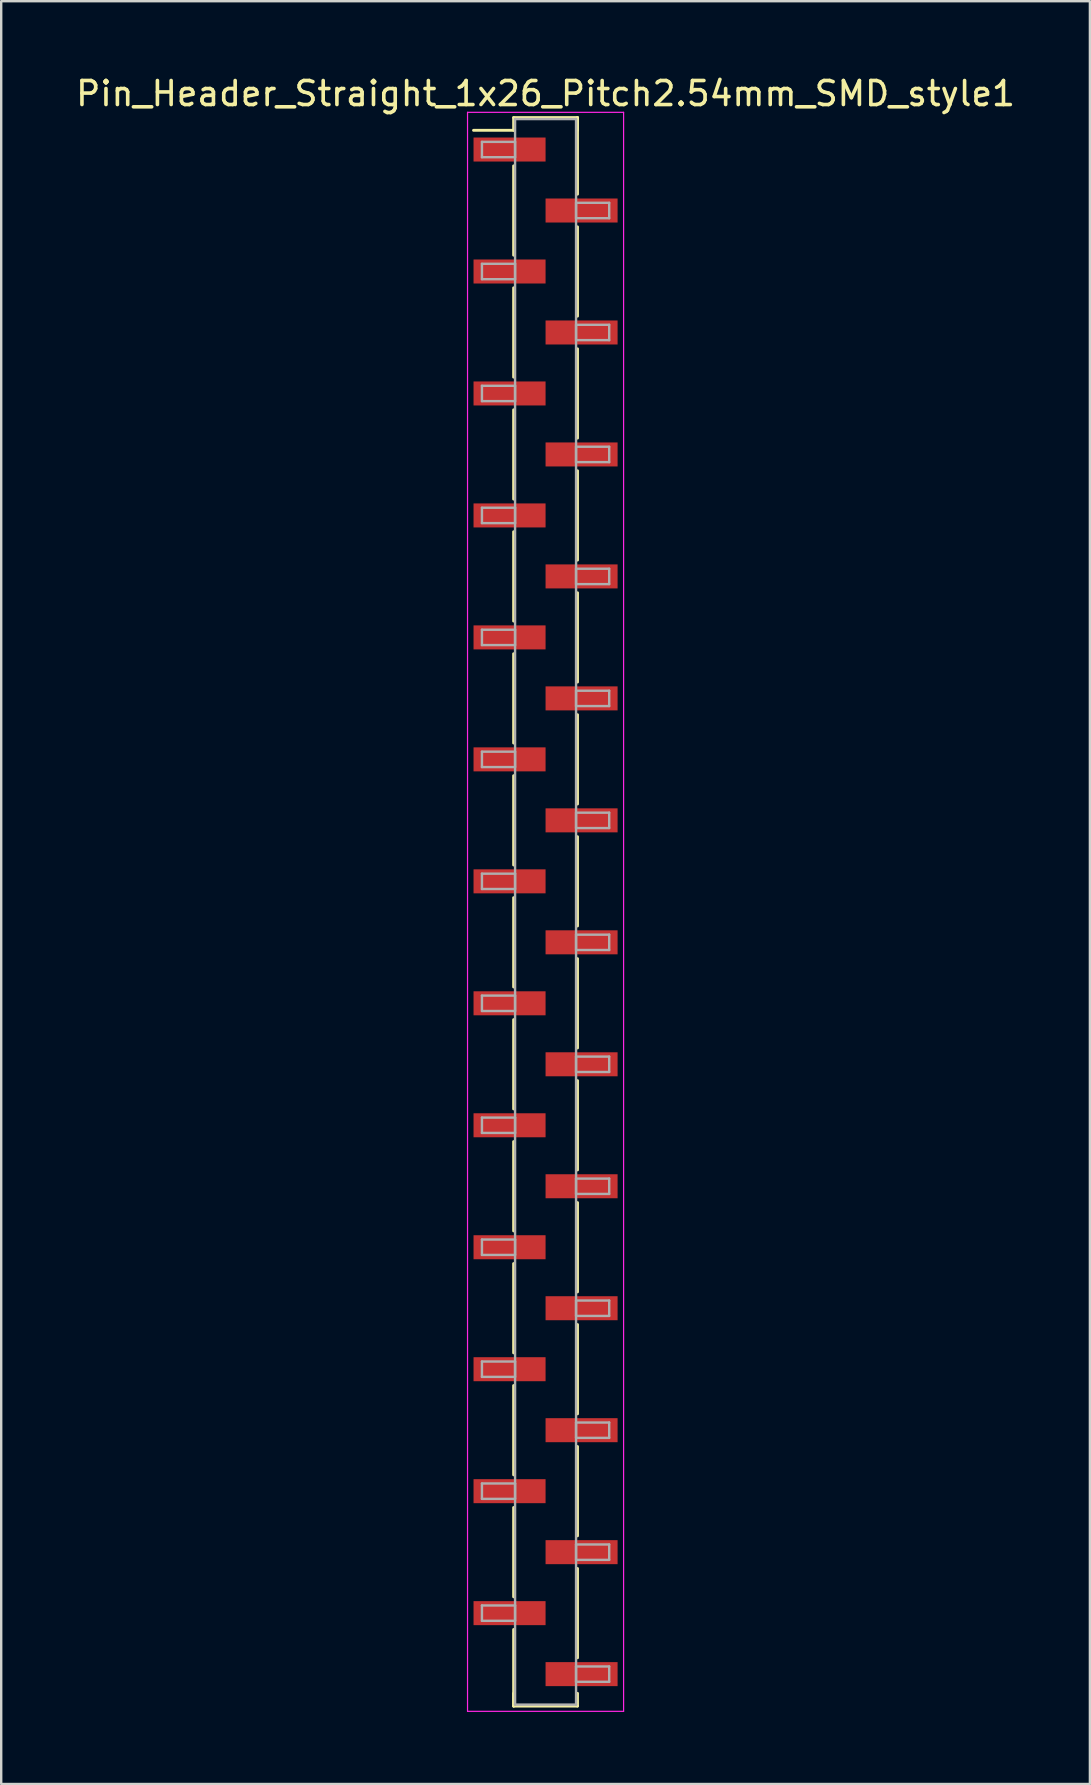
<source format=kicad_pcb>
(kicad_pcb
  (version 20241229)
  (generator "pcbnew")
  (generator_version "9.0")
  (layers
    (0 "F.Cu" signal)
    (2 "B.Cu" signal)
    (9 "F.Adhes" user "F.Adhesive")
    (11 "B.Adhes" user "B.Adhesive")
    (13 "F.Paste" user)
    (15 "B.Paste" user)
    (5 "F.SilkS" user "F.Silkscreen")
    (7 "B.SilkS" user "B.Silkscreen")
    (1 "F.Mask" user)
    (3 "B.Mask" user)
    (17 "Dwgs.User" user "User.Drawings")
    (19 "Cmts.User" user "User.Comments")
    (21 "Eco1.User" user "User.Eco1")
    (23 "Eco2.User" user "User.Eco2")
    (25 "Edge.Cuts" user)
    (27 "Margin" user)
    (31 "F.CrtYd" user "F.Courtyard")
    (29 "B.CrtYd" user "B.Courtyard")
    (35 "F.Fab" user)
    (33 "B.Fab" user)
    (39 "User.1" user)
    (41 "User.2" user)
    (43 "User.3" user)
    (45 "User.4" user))
  (footprint "Pin_Header_Straight_1x26_Pitch2.54mm_SMD_style1"
    (layer "F.Cu")
    (at 19.673 34.928)
    (property "Reference" "Pin_Header_Straight_1x26_Pitch2.54mm_SMD_style1" (at 0 -34.08 0) (layer "F.SilkS") (effects (font (size 1 1) (thickness 0.15))))
    (attr smd)
    (fp_line (start -1.33 -33.08) (end 1.33 -33.08) (stroke (width 0.12) (type solid)) (layer "F.SilkS"))
    (fp_line (start -1.33 -32.55) (end -3 -32.55) (stroke (width 0.12) (type solid)) (layer "F.SilkS"))
    (fp_line (start -1.33 -32.55) (end -1.33 -33.08) (stroke (width 0.12) (type solid)) (layer "F.SilkS"))
    (fp_line (start -1.33 -31.07) (end -1.33 -27.35) (stroke (width 0.12) (type solid)) (layer "F.SilkS"))
    (fp_line (start -1.33 -25.99) (end -1.33 -22.27) (stroke (width 0.12) (type solid)) (layer "F.SilkS"))
    (fp_line (start -1.33 -20.91) (end -1.33 -17.19) (stroke (width 0.12) (type solid)) (layer "F.SilkS"))
    (fp_line (start -1.33 -15.83) (end -1.33 -12.11) (stroke (width 0.12) (type solid)) (layer "F.SilkS"))
    (fp_line (start -1.33 -10.75) (end -1.33 -7.03) (stroke (width 0.12) (type solid)) (layer "F.SilkS"))
    (fp_line (start -1.33 -5.67) (end -1.33 -1.95) (stroke (width 0.12) (type solid)) (layer "F.SilkS"))
    (fp_line (start -1.33 -0.59) (end -1.33 3.13) (stroke (width 0.12) (type solid)) (layer "F.SilkS"))
    (fp_line (start -1.33 4.49) (end -1.33 8.21) (stroke (width 0.12) (type solid)) (layer "F.SilkS"))
    (fp_line (start -1.33 9.57) (end -1.33 13.29) (stroke (width 0.12) (type solid)) (layer "F.SilkS"))
    (fp_line (start -1.33 14.65) (end -1.33 18.37) (stroke (width 0.12) (type solid)) (layer "F.SilkS"))
    (fp_line (start -1.33 19.73) (end -1.33 23.45) (stroke (width 0.12) (type solid)) (layer "F.SilkS"))
    (fp_line (start -1.33 24.81) (end -1.33 28.53) (stroke (width 0.12) (type solid)) (layer "F.SilkS"))
    (fp_line (start -1.33 29.89) (end -1.33 33.08) (stroke (width 0.12) (type solid)) (layer "F.SilkS"))
    (fp_line (start -1.33 32.55) (end -1.33 33.08) (stroke (width 0.12) (type solid)) (layer "F.SilkS"))
    (fp_line (start -1.33 33.08) (end 1.33 33.08) (stroke (width 0.12) (type solid)) (layer "F.SilkS"))
    (fp_line (start 1.33 -33.08) (end 1.33 -32.55) (stroke (width 0.12) (type solid)) (layer "F.SilkS"))
    (fp_line (start 1.33 -33.08) (end 1.33 -29.89) (stroke (width 0.12) (type solid)) (layer "F.SilkS"))
    (fp_line (start 1.33 -28.53) (end 1.33 -24.81) (stroke (width 0.12) (type solid)) (layer "F.SilkS"))
    (fp_line (start 1.33 -23.45) (end 1.33 -19.73) (stroke (width 0.12) (type solid)) (layer "F.SilkS"))
    (fp_line (start 1.33 -18.37) (end 1.33 -14.65) (stroke (width 0.12) (type solid)) (layer "F.SilkS"))
    (fp_line (start 1.33 -13.29) (end 1.33 -9.57) (stroke (width 0.12) (type solid)) (layer "F.SilkS"))
    (fp_line (start 1.33 -8.21) (end 1.33 -4.49) (stroke (width 0.12) (type solid)) (layer "F.SilkS"))
    (fp_line (start 1.33 -3.13) (end 1.33 0.59) (stroke (width 0.12) (type solid)) (layer "F.SilkS"))
    (fp_line (start 1.33 1.95) (end 1.33 5.67) (stroke (width 0.12) (type solid)) (layer "F.SilkS"))
    (fp_line (start 1.33 7.03) (end 1.33 10.75) (stroke (width 0.12) (type solid)) (layer "F.SilkS"))
    (fp_line (start 1.33 12.11) (end 1.33 15.83) (stroke (width 0.12) (type solid)) (layer "F.SilkS"))
    (fp_line (start 1.33 17.19) (end 1.33 20.91) (stroke (width 0.12) (type solid)) (layer "F.SilkS"))
    (fp_line (start 1.33 22.27) (end 1.33 25.99) (stroke (width 0.12) (type solid)) (layer "F.SilkS"))
    (fp_line (start 1.33 27.35) (end 1.33 31.07) (stroke (width 0.12) (type solid)) (layer "F.SilkS"))
    (fp_line (start 1.33 33.08) (end 1.33 32.55) (stroke (width 0.12) (type solid)) (layer "F.SilkS"))
    (fp_line (start -3.25 -33.3) (end -3.25 33.3) (stroke (width 0.05) (type solid)) (layer "F.CrtYd"))
    (fp_line (start -3.25 33.3) (end 3.25 33.3) (stroke (width 0.05) (type solid)) (layer "F.CrtYd"))
    (fp_line (start 3.25 -33.3) (end -3.25 -33.3) (stroke (width 0.05) (type solid)) (layer "F.CrtYd"))
    (fp_line (start 3.25 33.3) (end 3.25 -33.3) (stroke (width 0.05) (type solid)) (layer "F.CrtYd"))
    (fp_line (start -2.65 -32.07) (end -1.27 -32.07) (stroke (width 0.1) (type solid)) (layer "F.Fab"))
    (fp_line (start -2.65 -31.43) (end -2.65 -32.07) (stroke (width 0.1) (type solid)) (layer "F.Fab"))
    (fp_line (start -2.65 -26.99) (end -1.27 -26.99) (stroke (width 0.1) (type solid)) (layer "F.Fab"))
    (fp_line (start -2.65 -26.35) (end -2.65 -26.99) (stroke (width 0.1) (type solid)) (layer "F.Fab"))
    (fp_line (start -2.65 -21.91) (end -1.27 -21.91) (stroke (width 0.1) (type solid)) (layer "F.Fab"))
    (fp_line (start -2.65 -21.27) (end -2.65 -21.91) (stroke (width 0.1) (type solid)) (layer "F.Fab"))
    (fp_line (start -2.65 -16.83) (end -1.27 -16.83) (stroke (width 0.1) (type solid)) (layer "F.Fab"))
    (fp_line (start -2.65 -16.19) (end -2.65 -16.83) (stroke (width 0.1) (type solid)) (layer "F.Fab"))
    (fp_line (start -2.65 -11.75) (end -1.27 -11.75) (stroke (width 0.1) (type solid)) (layer "F.Fab"))
    (fp_line (start -2.65 -11.11) (end -2.65 -11.75) (stroke (width 0.1) (type solid)) (layer "F.Fab"))
    (fp_line (start -2.65 -6.67) (end -1.27 -6.67) (stroke (width 0.1) (type solid)) (layer "F.Fab"))
    (fp_line (start -2.65 -6.03) (end -2.65 -6.67) (stroke (width 0.1) (type solid)) (layer "F.Fab"))
    (fp_line (start -2.65 -1.59) (end -1.27 -1.59) (stroke (width 0.1) (type solid)) (layer "F.Fab"))
    (fp_line (start -2.65 -0.95) (end -2.65 -1.59) (stroke (width 0.1) (type solid)) (layer "F.Fab"))
    (fp_line (start -2.65 3.49) (end -1.27 3.49) (stroke (width 0.1) (type solid)) (layer "F.Fab"))
    (fp_line (start -2.65 4.13) (end -2.65 3.49) (stroke (width 0.1) (type solid)) (layer "F.Fab"))
    (fp_line (start -2.65 8.57) (end -1.27 8.57) (stroke (width 0.1) (type solid)) (layer "F.Fab"))
    (fp_line (start -2.65 9.21) (end -2.65 8.57) (stroke (width 0.1) (type solid)) (layer "F.Fab"))
    (fp_line (start -2.65 13.65) (end -1.27 13.65) (stroke (width 0.1) (type solid)) (layer "F.Fab"))
    (fp_line (start -2.65 14.29) (end -2.65 13.65) (stroke (width 0.1) (type solid)) (layer "F.Fab"))
    (fp_line (start -2.65 18.73) (end -1.27 18.73) (stroke (width 0.1) (type solid)) (layer "F.Fab"))
    (fp_line (start -2.65 19.37) (end -2.65 18.73) (stroke (width 0.1) (type solid)) (layer "F.Fab"))
    (fp_line (start -2.65 23.81) (end -1.27 23.81) (stroke (width 0.1) (type solid)) (layer "F.Fab"))
    (fp_line (start -2.65 24.45) (end -2.65 23.81) (stroke (width 0.1) (type solid)) (layer "F.Fab"))
    (fp_line (start -2.65 28.89) (end -1.27 28.89) (stroke (width 0.1) (type solid)) (layer "F.Fab"))
    (fp_line (start -2.65 29.53) (end -2.65 28.89) (stroke (width 0.1) (type solid)) (layer "F.Fab"))
    (fp_line (start -1.27 -33.02) (end -1.27 33.02) (stroke (width 0.1) (type solid)) (layer "F.Fab"))
    (fp_line (start -1.27 -32.07) (end -1.27 -31.43) (stroke (width 0.1) (type solid)) (layer "F.Fab"))
    (fp_line (start -1.27 -31.43) (end -2.65 -31.43) (stroke (width 0.1) (type solid)) (layer "F.Fab"))
    (fp_line (start -1.27 -26.99) (end -1.27 -26.35) (stroke (width 0.1) (type solid)) (layer "F.Fab"))
    (fp_line (start -1.27 -26.35) (end -2.65 -26.35) (stroke (width 0.1) (type solid)) (layer "F.Fab"))
    (fp_line (start -1.27 -21.91) (end -1.27 -21.27) (stroke (width 0.1) (type solid)) (layer "F.Fab"))
    (fp_line (start -1.27 -21.27) (end -2.65 -21.27) (stroke (width 0.1) (type solid)) (layer "F.Fab"))
    (fp_line (start -1.27 -16.83) (end -1.27 -16.19) (stroke (width 0.1) (type solid)) (layer "F.Fab"))
    (fp_line (start -1.27 -16.19) (end -2.65 -16.19) (stroke (width 0.1) (type solid)) (layer "F.Fab"))
    (fp_line (start -1.27 -11.75) (end -1.27 -11.11) (stroke (width 0.1) (type solid)) (layer "F.Fab"))
    (fp_line (start -1.27 -11.11) (end -2.65 -11.11) (stroke (width 0.1) (type solid)) (layer "F.Fab"))
    (fp_line (start -1.27 -6.67) (end -1.27 -6.03) (stroke (width 0.1) (type solid)) (layer "F.Fab"))
    (fp_line (start -1.27 -6.03) (end -2.65 -6.03) (stroke (width 0.1) (type solid)) (layer "F.Fab"))
    (fp_line (start -1.27 -1.59) (end -1.27 -0.95) (stroke (width 0.1) (type solid)) (layer "F.Fab"))
    (fp_line (start -1.27 -0.95) (end -2.65 -0.95) (stroke (width 0.1) (type solid)) (layer "F.Fab"))
    (fp_line (start -1.27 3.49) (end -1.27 4.13) (stroke (width 0.1) (type solid)) (layer "F.Fab"))
    (fp_line (start -1.27 4.13) (end -2.65 4.13) (stroke (width 0.1) (type solid)) (layer "F.Fab"))
    (fp_line (start -1.27 8.57) (end -1.27 9.21) (stroke (width 0.1) (type solid)) (layer "F.Fab"))
    (fp_line (start -1.27 9.21) (end -2.65 9.21) (stroke (width 0.1) (type solid)) (layer "F.Fab"))
    (fp_line (start -1.27 13.65) (end -1.27 14.29) (stroke (width 0.1) (type solid)) (layer "F.Fab"))
    (fp_line (start -1.27 14.29) (end -2.65 14.29) (stroke (width 0.1) (type solid)) (layer "F.Fab"))
    (fp_line (start -1.27 18.73) (end -1.27 19.37) (stroke (width 0.1) (type solid)) (layer "F.Fab"))
    (fp_line (start -1.27 19.37) (end -2.65 19.37) (stroke (width 0.1) (type solid)) (layer "F.Fab"))
    (fp_line (start -1.27 23.81) (end -1.27 24.45) (stroke (width 0.1) (type solid)) (layer "F.Fab"))
    (fp_line (start -1.27 24.45) (end -2.65 24.45) (stroke (width 0.1) (type solid)) (layer "F.Fab"))
    (fp_line (start -1.27 28.89) (end -1.27 29.53) (stroke (width 0.1) (type solid)) (layer "F.Fab"))
    (fp_line (start -1.27 29.53) (end -2.65 29.53) (stroke (width 0.1) (type solid)) (layer "F.Fab"))
    (fp_line (start -1.27 33.02) (end 1.27 33.02) (stroke (width 0.1) (type solid)) (layer "F.Fab"))
    (fp_line (start 1.27 -33.02) (end -1.27 -33.02) (stroke (width 0.1) (type solid)) (layer "F.Fab"))
    (fp_line (start 1.27 -29.53) (end 1.27 -28.89) (stroke (width 0.1) (type solid)) (layer "F.Fab"))
    (fp_line (start 1.27 -28.89) (end 2.65 -28.89) (stroke (width 0.1) (type solid)) (layer "F.Fab"))
    (fp_line (start 1.27 -24.45) (end 1.27 -23.81) (stroke (width 0.1) (type solid)) (layer "F.Fab"))
    (fp_line (start 1.27 -23.81) (end 2.65 -23.81) (stroke (width 0.1) (type solid)) (layer "F.Fab"))
    (fp_line (start 1.27 -19.37) (end 1.27 -18.73) (stroke (width 0.1) (type solid)) (layer "F.Fab"))
    (fp_line (start 1.27 -18.73) (end 2.65 -18.73) (stroke (width 0.1) (type solid)) (layer "F.Fab"))
    (fp_line (start 1.27 -14.29) (end 1.27 -13.65) (stroke (width 0.1) (type solid)) (layer "F.Fab"))
    (fp_line (start 1.27 -13.65) (end 2.65 -13.65) (stroke (width 0.1) (type solid)) (layer "F.Fab"))
    (fp_line (start 1.27 -9.21) (end 1.27 -8.57) (stroke (width 0.1) (type solid)) (layer "F.Fab"))
    (fp_line (start 1.27 -8.57) (end 2.65 -8.57) (stroke (width 0.1) (type solid)) (layer "F.Fab"))
    (fp_line (start 1.27 -4.13) (end 1.27 -3.49) (stroke (width 0.1) (type solid)) (layer "F.Fab"))
    (fp_line (start 1.27 -3.49) (end 2.65 -3.49) (stroke (width 0.1) (type solid)) (layer "F.Fab"))
    (fp_line (start 1.27 0.95) (end 1.27 1.59) (stroke (width 0.1) (type solid)) (layer "F.Fab"))
    (fp_line (start 1.27 1.59) (end 2.65 1.59) (stroke (width 0.1) (type solid)) (layer "F.Fab"))
    (fp_line (start 1.27 6.03) (end 1.27 6.67) (stroke (width 0.1) (type solid)) (layer "F.Fab"))
    (fp_line (start 1.27 6.67) (end 2.65 6.67) (stroke (width 0.1) (type solid)) (layer "F.Fab"))
    (fp_line (start 1.27 11.11) (end 1.27 11.75) (stroke (width 0.1) (type solid)) (layer "F.Fab"))
    (fp_line (start 1.27 11.75) (end 2.65 11.75) (stroke (width 0.1) (type solid)) (layer "F.Fab"))
    (fp_line (start 1.27 16.19) (end 1.27 16.83) (stroke (width 0.1) (type solid)) (layer "F.Fab"))
    (fp_line (start 1.27 16.83) (end 2.65 16.83) (stroke (width 0.1) (type solid)) (layer "F.Fab"))
    (fp_line (start 1.27 21.27) (end 1.27 21.91) (stroke (width 0.1) (type solid)) (layer "F.Fab"))
    (fp_line (start 1.27 21.91) (end 2.65 21.91) (stroke (width 0.1) (type solid)) (layer "F.Fab"))
    (fp_line (start 1.27 26.35) (end 1.27 26.99) (stroke (width 0.1) (type solid)) (layer "F.Fab"))
    (fp_line (start 1.27 26.99) (end 2.65 26.99) (stroke (width 0.1) (type solid)) (layer "F.Fab"))
    (fp_line (start 1.27 31.43) (end 1.27 32.07) (stroke (width 0.1) (type solid)) (layer "F.Fab"))
    (fp_line (start 1.27 32.07) (end 2.65 32.07) (stroke (width 0.1) (type solid)) (layer "F.Fab"))
    (fp_line (start 1.27 33.02) (end 1.27 -33.02) (stroke (width 0.1) (type solid)) (layer "F.Fab"))
    (fp_line (start 2.65 -29.53) (end 1.27 -29.53) (stroke (width 0.1) (type solid)) (layer "F.Fab"))
    (fp_line (start 2.65 -28.89) (end 2.65 -29.53) (stroke (width 0.1) (type solid)) (layer "F.Fab"))
    (fp_line (start 2.65 -24.45) (end 1.27 -24.45) (stroke (width 0.1) (type solid)) (layer "F.Fab"))
    (fp_line (start 2.65 -23.81) (end 2.65 -24.45) (stroke (width 0.1) (type solid)) (layer "F.Fab"))
    (fp_line (start 2.65 -19.37) (end 1.27 -19.37) (stroke (width 0.1) (type solid)) (layer "F.Fab"))
    (fp_line (start 2.65 -18.73) (end 2.65 -19.37) (stroke (width 0.1) (type solid)) (layer "F.Fab"))
    (fp_line (start 2.65 -14.29) (end 1.27 -14.29) (stroke (width 0.1) (type solid)) (layer "F.Fab"))
    (fp_line (start 2.65 -13.65) (end 2.65 -14.29) (stroke (width 0.1) (type solid)) (layer "F.Fab"))
    (fp_line (start 2.65 -9.21) (end 1.27 -9.21) (stroke (width 0.1) (type solid)) (layer "F.Fab"))
    (fp_line (start 2.65 -8.57) (end 2.65 -9.21) (stroke (width 0.1) (type solid)) (layer "F.Fab"))
    (fp_line (start 2.65 -4.13) (end 1.27 -4.13) (stroke (width 0.1) (type solid)) (layer "F.Fab"))
    (fp_line (start 2.65 -3.49) (end 2.65 -4.13) (stroke (width 0.1) (type solid)) (layer "F.Fab"))
    (fp_line (start 2.65 0.95) (end 1.27 0.95) (stroke (width 0.1) (type solid)) (layer "F.Fab"))
    (fp_line (start 2.65 1.59) (end 2.65 0.95) (stroke (width 0.1) (type solid)) (layer "F.Fab"))
    (fp_line (start 2.65 6.03) (end 1.27 6.03) (stroke (width 0.1) (type solid)) (layer "F.Fab"))
    (fp_line (start 2.65 6.67) (end 2.65 6.03) (stroke (width 0.1) (type solid)) (layer "F.Fab"))
    (fp_line (start 2.65 11.11) (end 1.27 11.11) (stroke (width 0.1) (type solid)) (layer "F.Fab"))
    (fp_line (start 2.65 11.75) (end 2.65 11.11) (stroke (width 0.1) (type solid)) (layer "F.Fab"))
    (fp_line (start 2.65 16.19) (end 1.27 16.19) (stroke (width 0.1) (type solid)) (layer "F.Fab"))
    (fp_line (start 2.65 16.83) (end 2.65 16.19) (stroke (width 0.1) (type solid)) (layer "F.Fab"))
    (fp_line (start 2.65 21.27) (end 1.27 21.27) (stroke (width 0.1) (type solid)) (layer "F.Fab"))
    (fp_line (start 2.65 21.91) (end 2.65 21.27) (stroke (width 0.1) (type solid)) (layer "F.Fab"))
    (fp_line (start 2.65 26.35) (end 1.27 26.35) (stroke (width 0.1) (type solid)) (layer "F.Fab"))
    (fp_line (start 2.65 26.99) (end 2.65 26.35) (stroke (width 0.1) (type solid)) (layer "F.Fab"))
    (fp_line (start 2.65 31.43) (end 1.27 31.43) (stroke (width 0.1) (type solid)) (layer "F.Fab"))
    (fp_line (start 2.65 32.07) (end 2.65 31.43) (stroke (width 0.1) (type solid)) (layer "F.Fab"))
    (pad "1" smd rect (at -1.5 -31.75) (size 3 1) (layers "F.Cu" "F.Mask"))
    (pad "2" smd rect (at 1.5 -29.21) (size 3 1) (layers "F.Cu" "F.Mask"))
    (pad "3" smd rect (at -1.5 -26.67) (size 3 1) (layers "F.Cu" "F.Mask"))
    (pad "4" smd rect (at 1.5 -24.13) (size 3 1) (layers "F.Cu" "F.Mask"))
    (pad "5" smd rect (at -1.5 -21.59) (size 3 1) (layers "F.Cu" "F.Mask"))
    (pad "6" smd rect (at 1.5 -19.05) (size 3 1) (layers "F.Cu" "F.Mask"))
    (pad "7" smd rect (at -1.5 -16.51) (size 3 1) (layers "F.Cu" "F.Mask"))
    (pad "8" smd rect (at 1.5 -13.97) (size 3 1) (layers "F.Cu" "F.Mask"))
    (pad "9" smd rect (at -1.5 -11.43) (size 3 1) (layers "F.Cu" "F.Mask"))
    (pad "10" smd rect (at 1.5 -8.89) (size 3 1) (layers "F.Cu" "F.Mask"))
    (pad "11" smd rect (at -1.5 -6.35) (size 3 1) (layers "F.Cu" "F.Mask"))
    (pad "12" smd rect (at 1.5 -3.81) (size 3 1) (layers "F.Cu" "F.Mask"))
    (pad "13" smd rect (at -1.5 -1.27) (size 3 1) (layers "F.Cu" "F.Mask"))
    (pad "14" smd rect (at 1.5 1.27) (size 3 1) (layers "F.Cu" "F.Mask"))
    (pad "15" smd rect (at -1.5 3.81) (size 3 1) (layers "F.Cu" "F.Mask"))
    (pad "16" smd rect (at 1.5 6.35) (size 3 1) (layers "F.Cu" "F.Mask"))
    (pad "17" smd rect (at -1.5 8.89) (size 3 1) (layers "F.Cu" "F.Mask"))
    (pad "18" smd rect (at 1.5 11.43) (size 3 1) (layers "F.Cu" "F.Mask"))
    (pad "19" smd rect (at -1.5 13.97) (size 3 1) (layers "F.Cu" "F.Mask"))
    (pad "20" smd rect (at 1.5 16.51) (size 3 1) (layers "F.Cu" "F.Mask"))
    (pad "21" smd rect (at -1.5 19.05) (size 3 1) (layers "F.Cu" "F.Mask"))
    (pad "22" smd rect (at 1.5 21.59) (size 3 1) (layers "F.Cu" "F.Mask"))
    (pad "23" smd rect (at -1.5 24.13) (size 3 1) (layers "F.Cu" "F.Mask"))
    (pad "24" smd rect (at 1.5 26.67) (size 3 1) (layers "F.Cu" "F.Mask"))
    (pad "25" smd rect (at -1.5 29.21) (size 3 1) (layers "F.Cu" "F.Mask"))
    (pad "26" smd rect (at 1.5 31.75) (size 3 1) (layers "F.Cu" "F.Mask")))
  (gr_rect
    (start -3 -3)
    (end 42.345 71.253)
    (stroke (width 0.1) (type default))
    (fill no)
    (layer "Edge.Cuts")))
</source>
